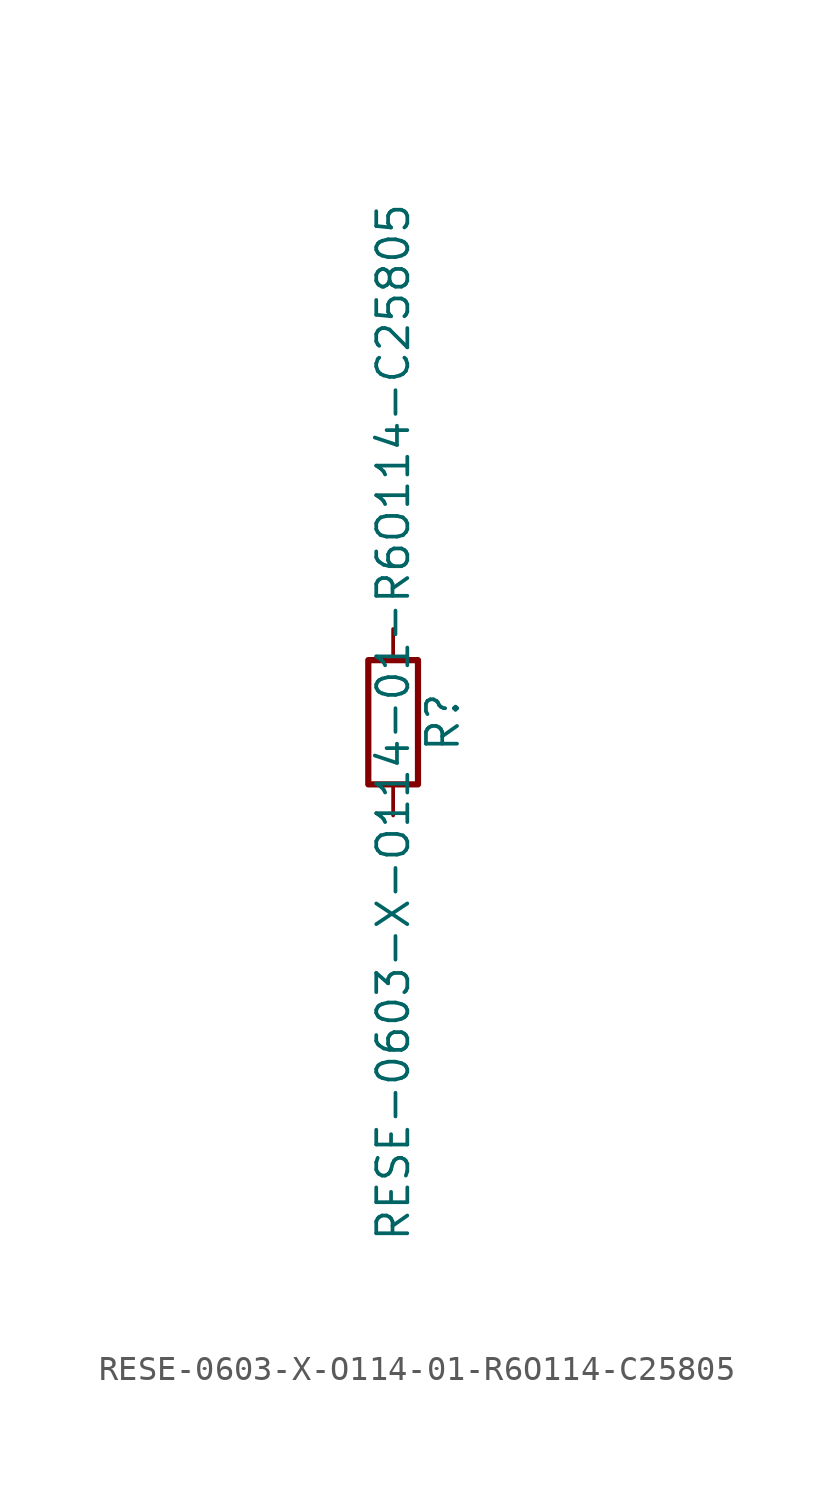
<source format=kicad_sym>
(kicad_symbol_lib
  (version 20211014)
  (generator kicad_symbol_editor)
  (symbol "RESE-0603-X-O114-01-R6O114-C25805"
    (pin_numbers hide)
    (pin_names
      (offset 0))
    (property "Reference" "R"
      (at 2.032 0 90)
      (effects (font (size 1.27 1.27))))
    (property "Value" "RESE-0603-X-O114-01-R6O114-C25805"
      (at 0 0 90)
      (effects (font (size 1.27 1.27))))
    (symbol "RESE-0603-X-O114-01-R6O114-C25805_0_1"
      (rectangle (start -1.016 -2.54) (end 1.016 2.54) (stroke (width 0.254) (type default) (color 0 0 0 0)) (fill (type none))))
    (symbol "RESE-0603-X-O114-01-R6O114-C25805_1_1"
      (pin passive line (at 0 3.81 270) (length 1.27) (name "~" (effects (font (size 1.27 1.27)))) (number "1" (effects (font (size 1.27 1.27)))))
      (pin passive line (at 0 -3.81 90) (length 1.27) (name "~" (effects (font (size 1.27 1.27)))) (number "2" (effects (font (size 1.27 1.27))))))))
</source>
